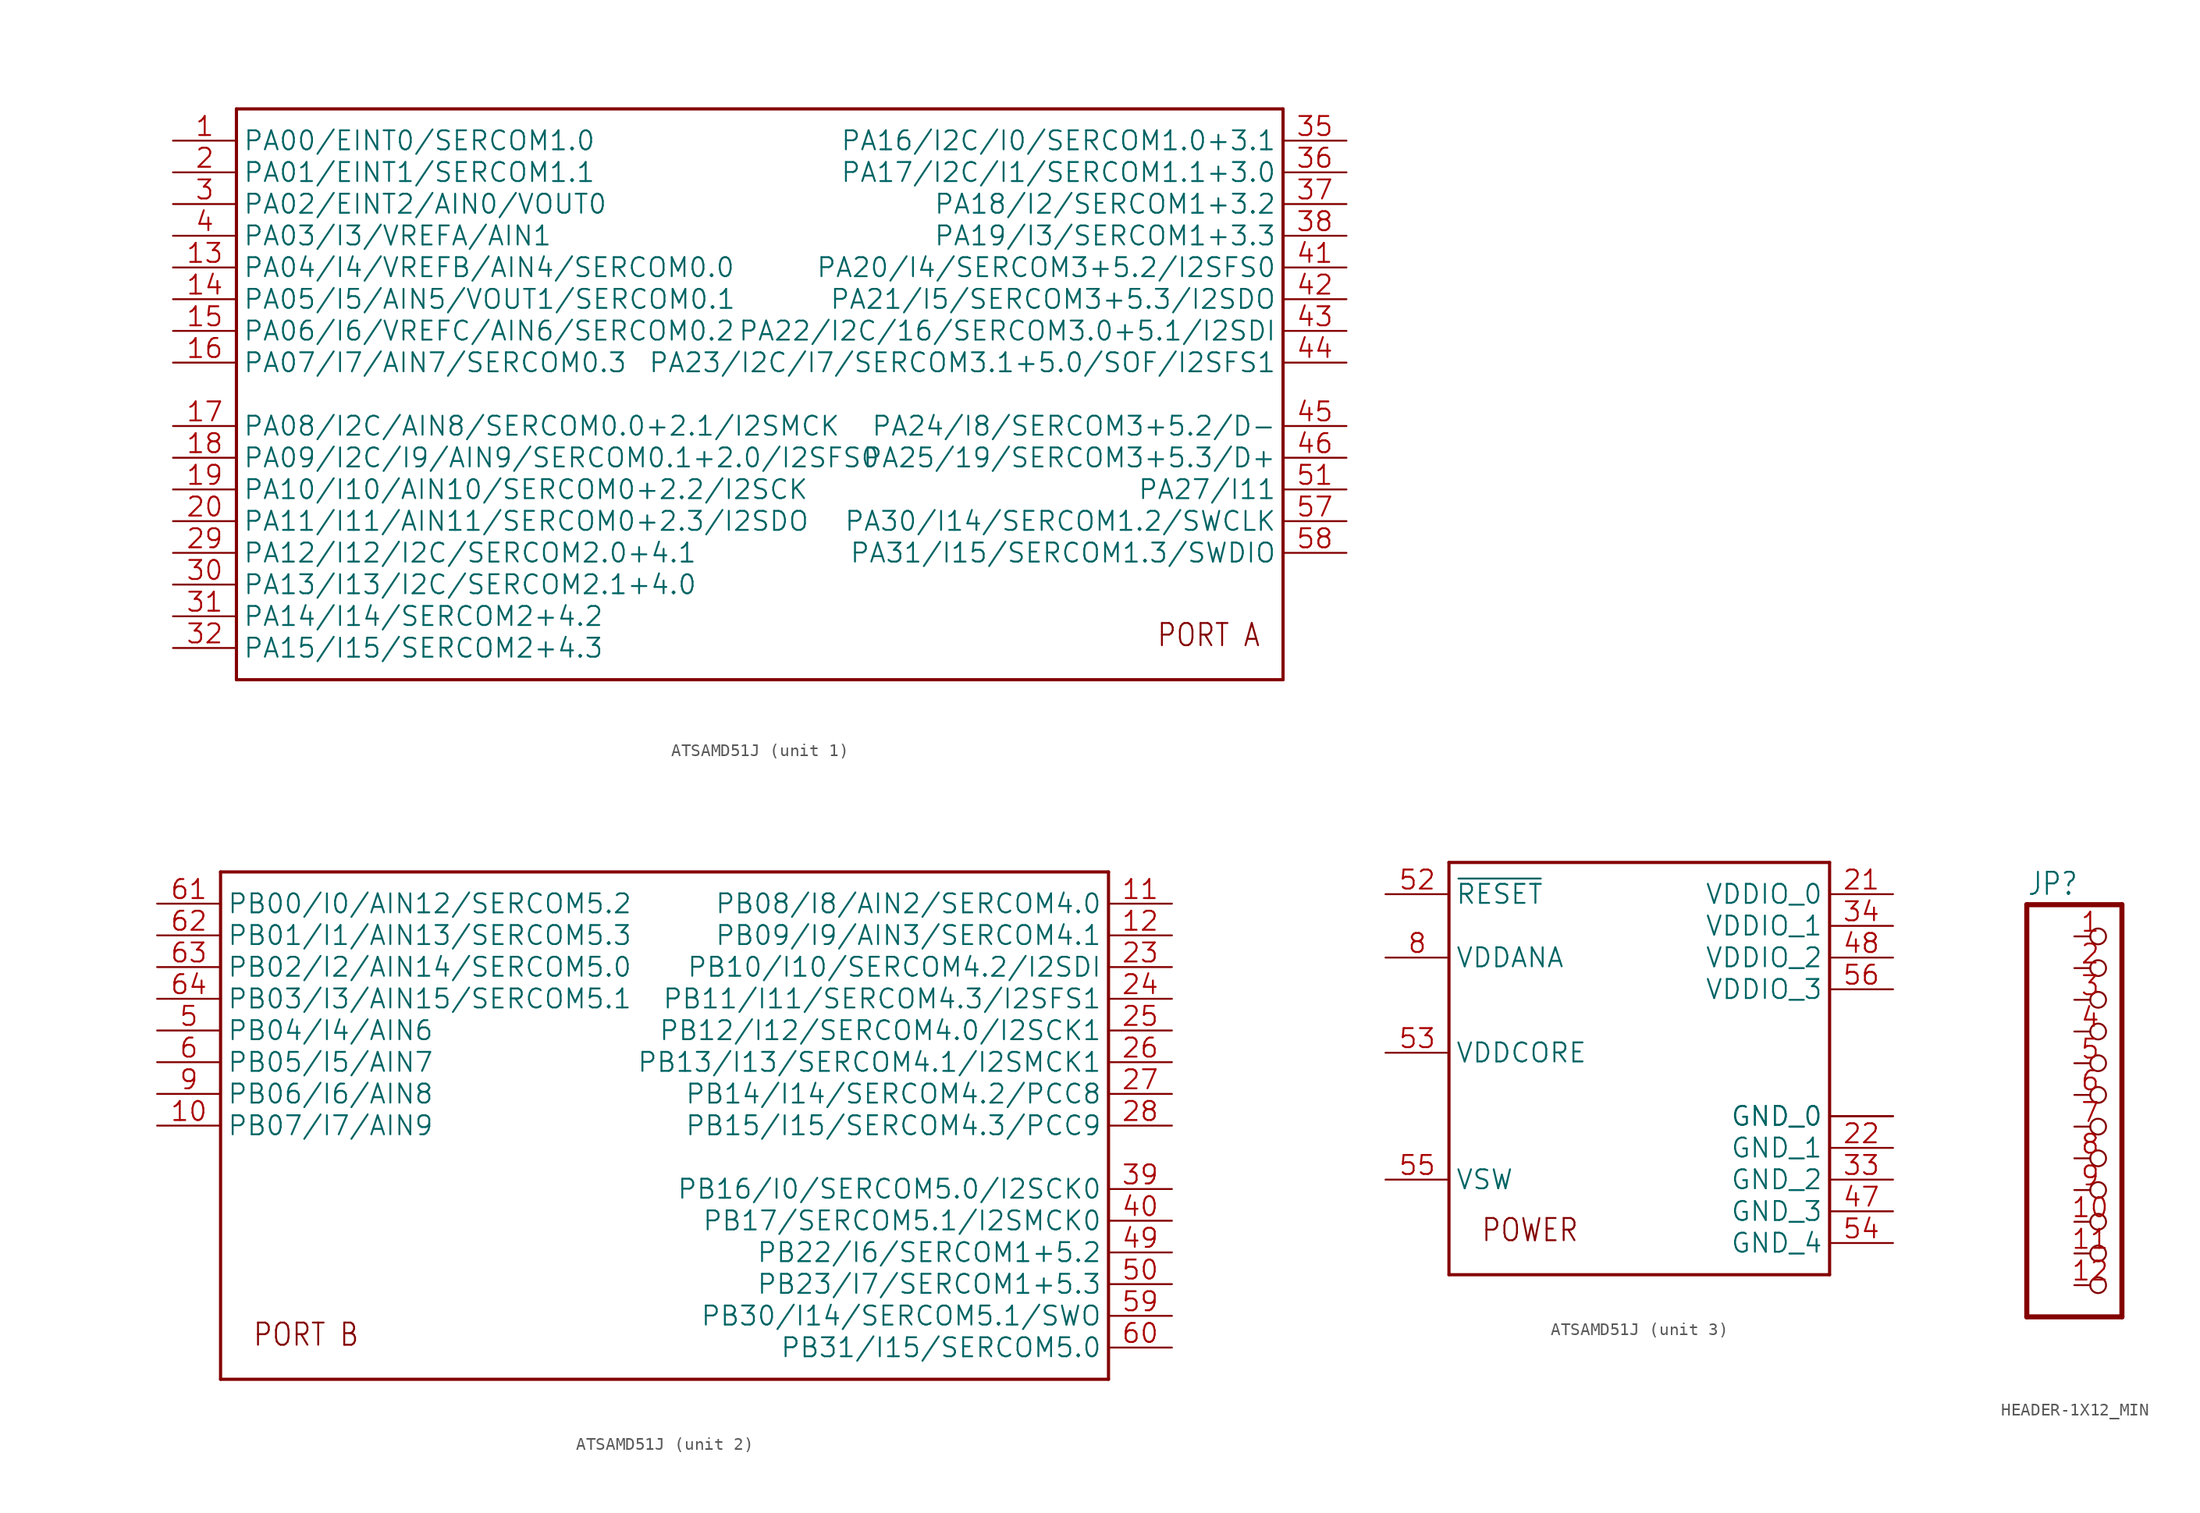
<source format=kicad_sym>
(kicad_symbol_lib
  (version 20241209)
  (generator "kicad_symbol_editor")
  (generator_version "9.0")
  (symbol "ATSAMD51J"
    (property "Reference" ""
      (at 0 0 0)
      (effects (font (size 1.27 1.27)) (hide yes)))
    (property "ki_locked" ""
      (at 0 0 0)
      (effects (font (size 1.27 1.27))))
    (symbol "ATSAMD51J_1_0"
      (polyline (pts (xy -25.4 20.32) (xy 58.42 20.32)) (stroke (width 0.254) (type solid)) (fill (type none)))
      (polyline (pts (xy -25.4 -25.4) (xy -25.4 20.32)) (stroke (width 0.254) (type solid)) (fill (type none)))
      (polyline (pts (xy 58.42 20.32) (xy 58.42 -25.4)) (stroke (width 0.254) (type solid)) (fill (type none)))
      (polyline (pts (xy 58.42 -25.4) (xy -25.4 -25.4)) (stroke (width 0.254) (type solid)) (fill (type none)))
      (text "PORT A" (at 48.26 -22.86 0) (effects (font (size 1.778 1.511)) (justify left bottom)))
      (pin bidirectional line (at -30.48 17.78 0) (length 5.08) (name "PA00/EINT0/SERCOM1.0" (effects (font (size 1.524 1.524)))) (number "1" (effects (font (size 1.524 1.524)))))
      (pin bidirectional line (at -30.48 15.24 0) (length 5.08) (name "PA01/EINT1/SERCOM1.1" (effects (font (size 1.524 1.524)))) (number "2" (effects (font (size 1.524 1.524)))))
      (pin bidirectional line (at -30.48 12.7 0) (length 5.08) (name "PA02/EINT2/AIN0/VOUT0" (effects (font (size 1.524 1.524)))) (number "3" (effects (font (size 1.524 1.524)))))
      (pin bidirectional line (at -30.48 10.16 0) (length 5.08) (name "PA03/I3/VREFA/AIN1" (effects (font (size 1.524 1.524)))) (number "4" (effects (font (size 1.524 1.524)))))
      (pin bidirectional line (at -30.48 7.62 0) (length 5.08) (name "PA04/I4/VREFB/AIN4/SERCOM0.0" (effects (font (size 1.524 1.524)))) (number "13" (effects (font (size 1.524 1.524)))))
      (pin bidirectional line (at -30.48 5.08 0) (length 5.08) (name "PA05/I5/AIN5/VOUT1/SERCOM0.1" (effects (font (size 1.524 1.524)))) (number "14" (effects (font (size 1.524 1.524)))))
      (pin bidirectional line (at -30.48 2.54 0) (length 5.08) (name "PA06/I6/VREFC/AIN6/SERCOM0.2" (effects (font (size 1.524 1.524)))) (number "15" (effects (font (size 1.524 1.524)))))
      (pin bidirectional line (at -30.48 0 0) (length 5.08) (name "PA07/I7/AIN7/SERCOM0.3" (effects (font (size 1.524 1.524)))) (number "16" (effects (font (size 1.524 1.524)))))
      (pin bidirectional line (at -30.48 -5.08 0) (length 5.08) (name "PA08/I2C/AIN8/SERCOM0.0+2.1/I2SMCK" (effects (font (size 1.524 1.524)))) (number "17" (effects (font (size 1.524 1.524)))))
      (pin bidirectional line (at -30.48 -7.62 0) (length 5.08) (name "PA09/I2C/I9/AIN9/SERCOM0.1+2.0/I2SFS0" (effects (font (size 1.524 1.524)))) (number "18" (effects (font (size 1.524 1.524)))))
      (pin bidirectional line (at -30.48 -10.16 0) (length 5.08) (name "PA10/I10/AIN10/SERCOM0+2.2/I2SCK" (effects (font (size 1.524 1.524)))) (number "19" (effects (font (size 1.524 1.524)))))
      (pin bidirectional line (at -30.48 -12.7 0) (length 5.08) (name "PA11/I11/AIN11/SERCOM0+2.3/I2SDO" (effects (font (size 1.524 1.524)))) (number "20" (effects (font (size 1.524 1.524)))))
      (pin bidirectional line (at -30.48 -15.24 0) (length 5.08) (name "PA12/I12/I2C/SERCOM2.0+4.1" (effects (font (size 1.524 1.524)))) (number "29" (effects (font (size 1.524 1.524)))))
      (pin bidirectional line (at -30.48 -17.78 0) (length 5.08) (name "PA13/I13/I2C/SERCOM2.1+4.0" (effects (font (size 1.524 1.524)))) (number "30" (effects (font (size 1.524 1.524)))))
      (pin bidirectional line (at -30.48 -20.32 0) (length 5.08) (name "PA14/I14/SERCOM2+4.2" (effects (font (size 1.524 1.524)))) (number "31" (effects (font (size 1.524 1.524)))))
      (pin bidirectional line (at -30.48 -22.86 0) (length 5.08) (name "PA15/I15/SERCOM2+4.3" (effects (font (size 1.524 1.524)))) (number "32" (effects (font (size 1.524 1.524)))))
      (pin bidirectional line (at 63.5 17.78 180) (length 5.08) (name "PA16/I2C/I0/SERCOM1.0+3.1" (effects (font (size 1.524 1.524)))) (number "35" (effects (font (size 1.524 1.524)))))
      (pin bidirectional line (at 63.5 15.24 180) (length 5.08) (name "PA17/I2C/I1/SERCOM1.1+3.0" (effects (font (size 1.524 1.524)))) (number "36" (effects (font (size 1.524 1.524)))))
      (pin bidirectional line (at 63.5 12.7 180) (length 5.08) (name "PA18/I2/SERCOM1+3.2" (effects (font (size 1.524 1.524)))) (number "37" (effects (font (size 1.524 1.524)))))
      (pin bidirectional line (at 63.5 10.16 180) (length 5.08) (name "PA19/I3/SERCOM1+3.3" (effects (font (size 1.524 1.524)))) (number "38" (effects (font (size 1.524 1.524)))))
      (pin bidirectional line (at 63.5 7.62 180) (length 5.08) (name "PA20/I4/SERCOM3+5.2/I2SFS0" (effects (font (size 1.524 1.524)))) (number "41" (effects (font (size 1.524 1.524)))))
      (pin bidirectional line (at 63.5 5.08 180) (length 5.08) (name "PA21/I5/SERCOM3+5.3/I2SDO" (effects (font (size 1.524 1.524)))) (number "42" (effects (font (size 1.524 1.524)))))
      (pin bidirectional line (at 63.5 2.54 180) (length 5.08) (name "PA22/I2C/16/SERCOM3.0+5.1/I2SDI" (effects (font (size 1.524 1.524)))) (number "43" (effects (font (size 1.524 1.524)))))
      (pin bidirectional line (at 63.5 0 180) (length 5.08) (name "PA23/I2C/I7/SERCOM3.1+5.0/SOF/I2SFS1" (effects (font (size 1.524 1.524)))) (number "44" (effects (font (size 1.524 1.524)))))
      (pin bidirectional line (at 63.5 -5.08 180) (length 5.08) (name "PA24/I8/SERCOM3+5.2/D-" (effects (font (size 1.524 1.524)))) (number "45" (effects (font (size 1.524 1.524)))))
      (pin bidirectional line (at 63.5 -7.62 180) (length 5.08) (name "PA25/19/SERCOM3+5.3/D+" (effects (font (size 1.524 1.524)))) (number "46" (effects (font (size 1.524 1.524)))))
      (pin bidirectional line (at 63.5 -10.16 180) (length 5.08) (name "PA27/I11" (effects (font (size 1.524 1.524)))) (number "51" (effects (font (size 1.524 1.524)))))
      (pin bidirectional line (at 63.5 -12.7 180) (length 5.08) (name "PA30/I14/SERCOM1.2/SWCLK" (effects (font (size 1.524 1.524)))) (number "57" (effects (font (size 1.524 1.524)))))
      (pin bidirectional line (at 63.5 -15.24 180) (length 5.08) (name "PA31/I15/SERCOM1.3/SWDIO" (effects (font (size 1.524 1.524)))) (number "58" (effects (font (size 1.524 1.524))))))
    (symbol "ATSAMD51J_2_0"
      (polyline (pts (xy -38.1 15.24) (xy 33.02 15.24)) (stroke (width 0.254) (type solid)) (fill (type none)))
      (polyline (pts (xy -38.1 -25.4) (xy -38.1 15.24)) (stroke (width 0.254) (type solid)) (fill (type none)))
      (polyline (pts (xy 33.02 15.24) (xy 33.02 -25.4)) (stroke (width 0.254) (type solid)) (fill (type none)))
      (polyline (pts (xy 33.02 -25.4) (xy -38.1 -25.4)) (stroke (width 0.254) (type solid)) (fill (type none)))
      (text "PORT B" (at -35.56 -22.86 0) (effects (font (size 1.778 1.511)) (justify left bottom)))
      (pin bidirectional line (at -43.18 12.7 0) (length 5.08) (name "PB00/I0/AIN12/SERCOM5.2" (effects (font (size 1.524 1.524)))) (number "61" (effects (font (size 1.524 1.524)))))
      (pin bidirectional line (at -43.18 10.16 0) (length 5.08) (name "PB01/I1/AIN13/SERCOM5.3" (effects (font (size 1.524 1.524)))) (number "62" (effects (font (size 1.524 1.524)))))
      (pin bidirectional line (at -43.18 7.62 0) (length 5.08) (name "PB02/I2/AIN14/SERCOM5.0" (effects (font (size 1.524 1.524)))) (number "63" (effects (font (size 1.524 1.524)))))
      (pin bidirectional line (at -43.18 5.08 0) (length 5.08) (name "PB03/I3/AIN15/SERCOM5.1" (effects (font (size 1.524 1.524)))) (number "64" (effects (font (size 1.524 1.524)))))
      (pin bidirectional line (at -43.18 2.54 0) (length 5.08) (name "PB04/I4/AIN6" (effects (font (size 1.524 1.524)))) (number "5" (effects (font (size 1.524 1.524)))))
      (pin bidirectional line (at -43.18 0 0) (length 5.08) (name "PB05/I5/AIN7" (effects (font (size 1.524 1.524)))) (number "6" (effects (font (size 1.524 1.524)))))
      (pin bidirectional line (at -43.18 -2.54 0) (length 5.08) (name "PB06/I6/AIN8" (effects (font (size 1.524 1.524)))) (number "9" (effects (font (size 1.524 1.524)))))
      (pin bidirectional line (at -43.18 -5.08 0) (length 5.08) (name "PB07/I7/AIN9" (effects (font (size 1.524 1.524)))) (number "10" (effects (font (size 1.524 1.524)))))
      (pin bidirectional line (at 38.1 12.7 180) (length 5.08) (name "PB08/I8/AIN2/SERCOM4.0" (effects (font (size 1.524 1.524)))) (number "11" (effects (font (size 1.524 1.524)))))
      (pin bidirectional line (at 38.1 10.16 180) (length 5.08) (name "PB09/I9/AIN3/SERCOM4.1" (effects (font (size 1.524 1.524)))) (number "12" (effects (font (size 1.524 1.524)))))
      (pin bidirectional line (at 38.1 7.62 180) (length 5.08) (name "PB10/I10/SERCOM4.2/I2SDI" (effects (font (size 1.524 1.524)))) (number "23" (effects (font (size 1.524 1.524)))))
      (pin bidirectional line (at 38.1 5.08 180) (length 5.08) (name "PB11/I11/SERCOM4.3/I2SFS1" (effects (font (size 1.524 1.524)))) (number "24" (effects (font (size 1.524 1.524)))))
      (pin bidirectional line (at 38.1 2.54 180) (length 5.08) (name "PB12/I12/SERCOM4.0/I2SCK1" (effects (font (size 1.524 1.524)))) (number "25" (effects (font (size 1.524 1.524)))))
      (pin bidirectional line (at 38.1 0 180) (length 5.08) (name "PB13/I13/SERCOM4.1/I2SMCK1" (effects (font (size 1.524 1.524)))) (number "26" (effects (font (size 1.524 1.524)))))
      (pin bidirectional line (at 38.1 -2.54 180) (length 5.08) (name "PB14/I14/SERCOM4.2/PCC8" (effects (font (size 1.524 1.524)))) (number "27" (effects (font (size 1.524 1.524)))))
      (pin bidirectional line (at 38.1 -5.08 180) (length 5.08) (name "PB15/I15/SERCOM4.3/PCC9" (effects (font (size 1.524 1.524)))) (number "28" (effects (font (size 1.524 1.524)))))
      (pin bidirectional line (at 38.1 -10.16 180) (length 5.08) (name "PB16/I0/SERCOM5.0/I2SCK0" (effects (font (size 1.524 1.524)))) (number "39" (effects (font (size 1.524 1.524)))))
      (pin bidirectional line (at 38.1 -12.7 180) (length 5.08) (name "PB17/SERCOM5.1/I2SMCK0" (effects (font (size 1.524 1.524)))) (number "40" (effects (font (size 1.524 1.524)))))
      (pin bidirectional line (at 38.1 -15.24 180) (length 5.08) (name "PB22/I6/SERCOM1+5.2" (effects (font (size 1.524 1.524)))) (number "49" (effects (font (size 1.524 1.524)))))
      (pin bidirectional line (at 38.1 -17.78 180) (length 5.08) (name "PB23/I7/SERCOM1+5.3" (effects (font (size 1.524 1.524)))) (number "50" (effects (font (size 1.524 1.524)))))
      (pin bidirectional line (at 38.1 -20.32 180) (length 5.08) (name "PB30/I14/SERCOM5.1/SWO" (effects (font (size 1.524 1.524)))) (number "59" (effects (font (size 1.524 1.524)))))
      (pin bidirectional line (at 38.1 -22.86 180) (length 5.08) (name "PB31/I15/SERCOM5.0" (effects (font (size 1.524 1.524)))) (number "60" (effects (font (size 1.524 1.524))))))
    (symbol "ATSAMD51J_3_0"
      (polyline (pts (xy -15.24 17.78) (xy 15.24 17.78)) (stroke (width 0.254) (type solid)) (fill (type none)))
      (polyline (pts (xy -15.24 -15.24) (xy -15.24 17.78)) (stroke (width 0.254) (type solid)) (fill (type none)))
      (polyline (pts (xy 15.24 17.78) (xy 15.24 -15.24)) (stroke (width 0.254) (type solid)) (fill (type none)))
      (polyline (pts (xy 15.24 -15.24) (xy -15.24 -15.24)) (stroke (width 0.254) (type solid)) (fill (type none)))
      (text "POWER" (at -12.7 -12.7 0) (effects (font (size 1.778 1.511)) (justify left bottom)))
      (pin bidirectional line (at -20.32 15.24 0) (length 5.08) (name "~{RESET}" (effects (font (size 1.524 1.524)))) (number "52" (effects (font (size 1.524 1.524)))))
      (pin bidirectional line (at -20.32 10.16 0) (length 5.08) (name "VDDANA" (effects (font (size 1.524 1.524)))) (number "8" (effects (font (size 1.524 1.524)))))
      (pin bidirectional line (at -20.32 2.54 0) (length 5.08) (name "VDDCORE" (effects (font (size 1.524 1.524)))) (number "53" (effects (font (size 1.524 1.524)))))
      (pin bidirectional line (at -20.32 -7.62 0) (length 5.08) (name "VSW" (effects (font (size 1.524 1.524)))) (number "55" (effects (font (size 1.524 1.524)))))
      (pin bidirectional line (at 20.32 15.24 180) (length 5.08) (name "VDDIO_0" (effects (font (size 1.524 1.524)))) (number "21" (effects (font (size 1.524 1.524)))))
      (pin bidirectional line (at 20.32 12.7 180) (length 5.08) (name "VDDIO_1" (effects (font (size 1.524 1.524)))) (number "34" (effects (font (size 1.524 1.524)))))
      (pin bidirectional line (at 20.32 10.16 180) (length 5.08) (name "VDDIO_2" (effects (font (size 1.524 1.524)))) (number "48" (effects (font (size 1.524 1.524)))))
      (pin bidirectional line (at 20.32 7.62 180) (length 5.08) (name "VDDIO_3" (effects (font (size 1.524 1.524)))) (number "56" (effects (font (size 1.524 1.524)))))
      (pin bidirectional line (at 20.32 -2.54 180) (length 5.08) (name "GND_0" (effects (font (size 1.524 1.524)))) (number "7" (effects (font (size 0 0)))))
      (pin bidirectional line (at 20.32 -2.54 180) (length 5.08) (name "GND_0" (effects (font (size 1.524 1.524)))) (number "EXP" (effects (font (size 0 0)))))
      (pin bidirectional line (at 20.32 -5.08 180) (length 5.08) (name "GND_1" (effects (font (size 1.524 1.524)))) (number "22" (effects (font (size 1.524 1.524)))))
      (pin bidirectional line (at 20.32 -7.62 180) (length 5.08) (name "GND_2" (effects (font (size 1.524 1.524)))) (number "33" (effects (font (size 1.524 1.524)))))
      (pin bidirectional line (at 20.32 -10.16 180) (length 5.08) (name "GND_3" (effects (font (size 1.524 1.524)))) (number "47" (effects (font (size 1.524 1.524)))))
      (pin bidirectional line (at 20.32 -12.7 180) (length 5.08) (name "GND_4" (effects (font (size 1.524 1.524)))) (number "54" (effects (font (size 1.524 1.524)))))))
  (symbol "HEADER-1X12_MIN"
    (property "Reference" "JP"
      (at -6.35 18.415 0)
      (effects (font (size 1.778 1.511)) (justify left bottom)))
    (property "Value" ""
      (at -6.35 -17.78 0)
      (effects (font (size 1.778 1.511)) (justify left bottom)))
    (property "ki_locked" ""
      (at 0 0 0)
      (effects (font (size 1.27 1.27))))
    (symbol "HEADER-1X12_MIN_1_0"
      (polyline (pts (xy -6.35 17.78) (xy -6.35 -15.24)) (stroke (width 0.406) (type solid)) (fill (type none)))
      (polyline (pts (xy -6.35 -15.24) (xy 1.27 -15.24)) (stroke (width 0.406) (type solid)) (fill (type none)))
      (polyline (pts (xy 1.27 17.78) (xy -6.35 17.78)) (stroke (width 0.406) (type solid)) (fill (type none)))
      (polyline (pts (xy 1.27 -15.24) (xy 1.27 17.78)) (stroke (width 0.406) (type solid)) (fill (type none)))
      (pin passive inverted (at -2.54 15.24 0) (length 2.54) (name "1" (effects (font (size 0 0)))) (number "1" (effects (font (size 1.524 1.524)))))
      (pin passive inverted (at -2.54 12.7 0) (length 2.54) (name "2" (effects (font (size 0 0)))) (number "2" (effects (font (size 1.524 1.524)))))
      (pin passive inverted (at -2.54 10.16 0) (length 2.54) (name "3" (effects (font (size 0 0)))) (number "3" (effects (font (size 1.524 1.524)))))
      (pin passive inverted (at -2.54 7.62 0) (length 2.54) (name "4" (effects (font (size 0 0)))) (number "4" (effects (font (size 1.524 1.524)))))
      (pin passive inverted (at -2.54 5.08 0) (length 2.54) (name "5" (effects (font (size 0 0)))) (number "5" (effects (font (size 1.524 1.524)))))
      (pin passive inverted (at -2.54 2.54 0) (length 2.54) (name "6" (effects (font (size 0 0)))) (number "6" (effects (font (size 1.524 1.524)))))
      (pin passive inverted (at -2.54 0 0) (length 2.54) (name "7" (effects (font (size 0 0)))) (number "7" (effects (font (size 1.524 1.524)))))
      (pin passive inverted (at -2.54 -2.54 0) (length 2.54) (name "8" (effects (font (size 0 0)))) (number "8" (effects (font (size 1.524 1.524)))))
      (pin passive inverted (at -2.54 -5.08 0) (length 2.54) (name "9" (effects (font (size 0 0)))) (number "9" (effects (font (size 1.524 1.524)))))
      (pin passive inverted (at -2.54 -7.62 0) (length 2.54) (name "10" (effects (font (size 0 0)))) (number "10" (effects (font (size 1.524 1.524)))))
      (pin passive inverted (at -2.54 -10.16 0) (length 2.54) (name "11" (effects (font (size 0 0)))) (number "11" (effects (font (size 1.524 1.524)))))
      (pin passive inverted (at -2.54 -12.7 0) (length 2.54) (name "12" (effects (font (size 0 0)))) (number "12" (effects (font (size 1.524 1.524))))))))
</source>
